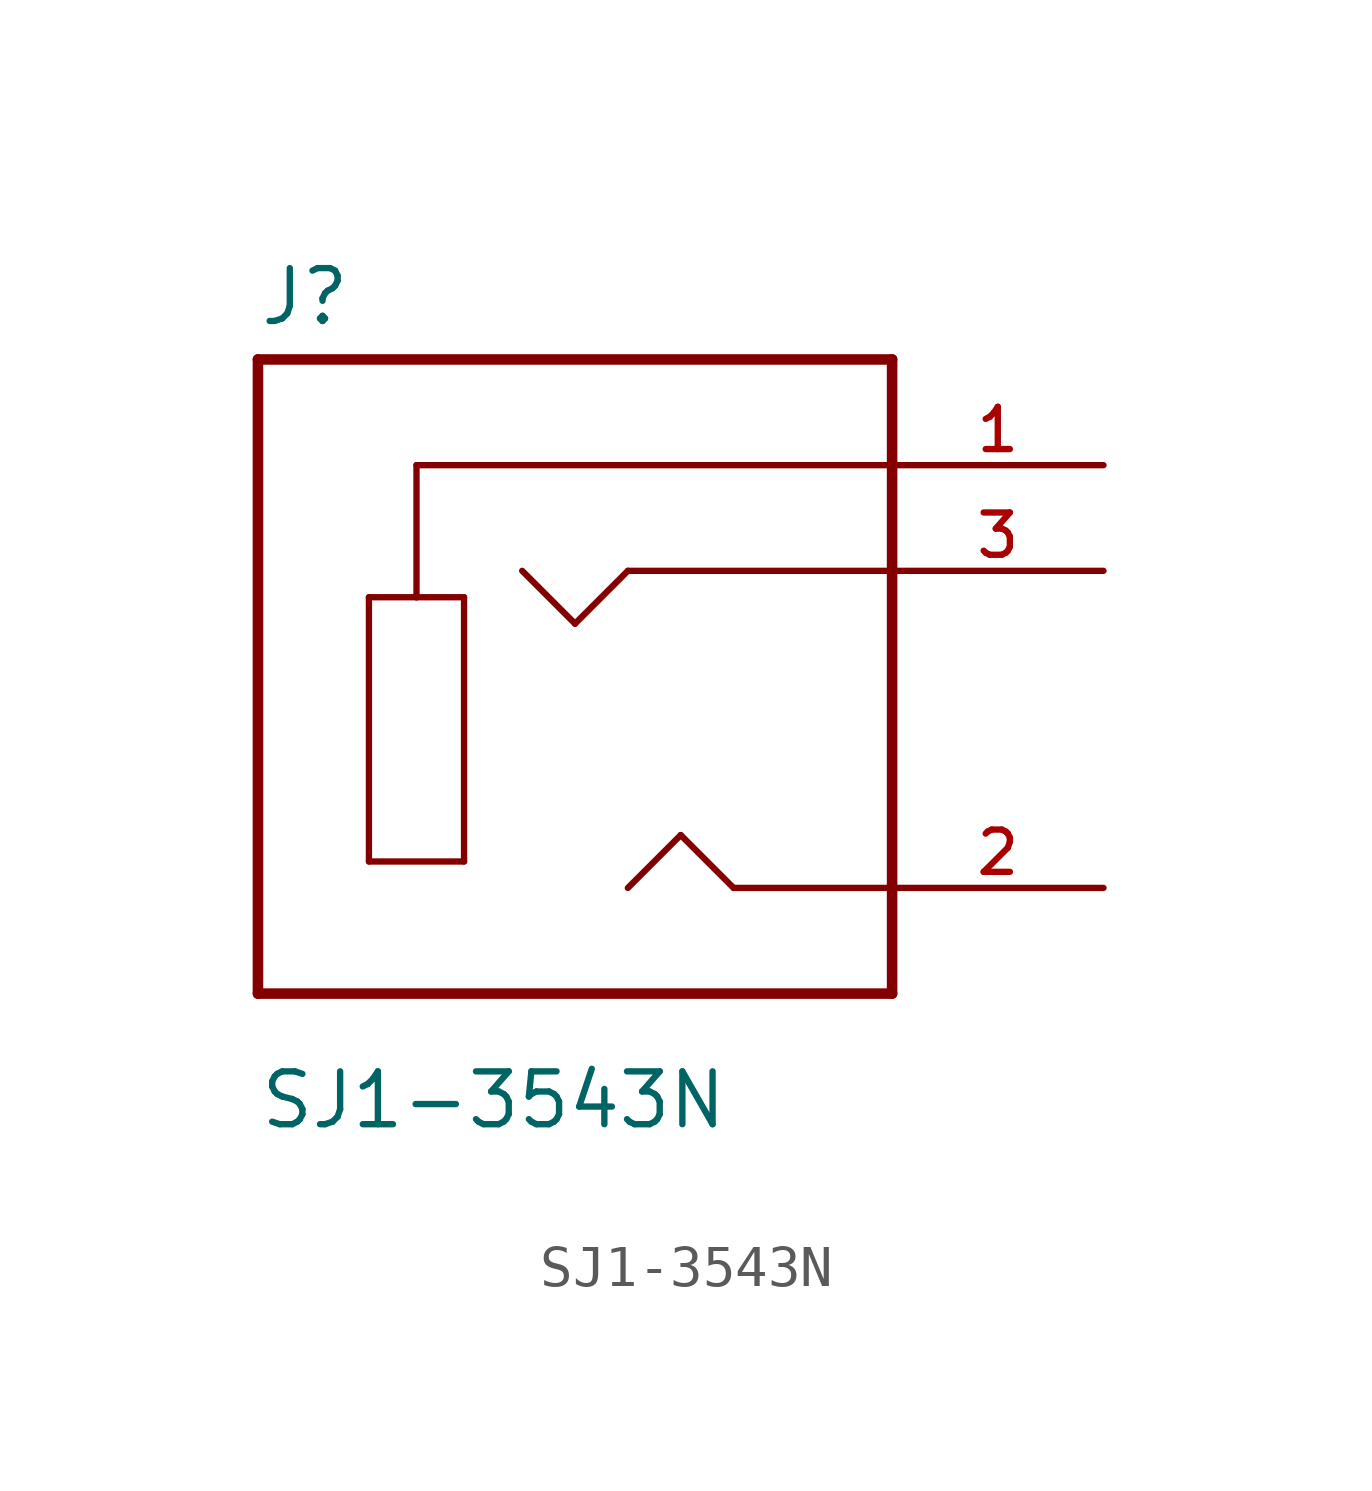
<source format=kicad_sym>
(kicad_symbol_lib
  (version 20211014)
  (generator kicad_symbol_editor)
  (symbol "SJ1-3543N"
    (pin_names
      (offset 1.016) hide)
    (property "Reference" "J"
      (at -7.62 8.382 0)
      (effects (font (size 1.27 1.27)) (justify left bottom)))
    (property "Value" "SJ1-3543N"
      (at -7.62 -10.922 0)
      (effects (font (size 1.27 1.27)) (justify left bottom)))
    (property "ki_locked" ""
      (at 0 0 0)
      (effects (font (size 1.27 1.27))))
    (symbol "SJ1-3543N_0_0"
      (polyline (pts (xy -7.62 -7.62) (xy -7.62 7.62)) (stroke (width 0.254) (type default) (color 0 0 0 0)) (fill (type none)))
      (polyline (pts (xy -7.62 7.62) (xy 7.62 7.62)) (stroke (width 0.254) (type default) (color 0 0 0 0)) (fill (type none)))
      (polyline (pts (xy -4.953 -4.445) (xy -4.953 1.905)) (stroke (width 0.152) (type default) (color 0 0 0 0)) (fill (type none)))
      (polyline (pts (xy -4.953 1.905) (xy -3.81 1.905)) (stroke (width 0.152) (type default) (color 0 0 0 0)) (fill (type none)))
      (polyline (pts (xy -3.81 1.905) (xy -2.667 1.905)) (stroke (width 0.152) (type default) (color 0 0 0 0)) (fill (type none)))
      (polyline (pts (xy -3.81 5.08) (xy -3.81 1.905)) (stroke (width 0.152) (type default) (color 0 0 0 0)) (fill (type none)))
      (polyline (pts (xy -2.667 -4.445) (xy -4.953 -4.445)) (stroke (width 0.152) (type default) (color 0 0 0 0)) (fill (type none)))
      (polyline (pts (xy -2.667 1.905) (xy -2.667 -4.445)) (stroke (width 0.152) (type default) (color 0 0 0 0)) (fill (type none)))
      (polyline (pts (xy 0 1.27) (xy -1.27 2.54)) (stroke (width 0.152) (type default) (color 0 0 0 0)) (fill (type none)))
      (polyline (pts (xy 1.27 2.54) (xy 0 1.27)) (stroke (width 0.152) (type default) (color 0 0 0 0)) (fill (type none)))
      (polyline (pts (xy 2.54 -3.81) (xy 1.27 -5.08)) (stroke (width 0.152) (type default) (color 0 0 0 0)) (fill (type none)))
      (polyline (pts (xy 3.81 -5.08) (xy 2.54 -3.81)) (stroke (width 0.152) (type default) (color 0 0 0 0)) (fill (type none)))
      (polyline (pts (xy 7.62 -7.62) (xy -7.62 -7.62)) (stroke (width 0.254) (type default) (color 0 0 0 0)) (fill (type none)))
      (polyline (pts (xy 7.62 -5.08) (xy 3.81 -5.08)) (stroke (width 0.152) (type default) (color 0 0 0 0)) (fill (type none)))
      (polyline (pts (xy 7.62 -5.08) (xy 7.62 -7.62)) (stroke (width 0.254) (type default) (color 0 0 0 0)) (fill (type none)))
      (polyline (pts (xy 7.62 2.54) (xy 1.27 2.54)) (stroke (width 0.152) (type default) (color 0 0 0 0)) (fill (type none)))
      (polyline (pts (xy 7.62 2.54) (xy 7.62 -5.08)) (stroke (width 0.254) (type default) (color 0 0 0 0)) (fill (type none)))
      (polyline (pts (xy 7.62 5.08) (xy -3.81 5.08)) (stroke (width 0.152) (type default) (color 0 0 0 0)) (fill (type none)))
      (polyline (pts (xy 7.62 5.08) (xy 7.62 2.54)) (stroke (width 0.254) (type default) (color 0 0 0 0)) (fill (type none)))
      (polyline (pts (xy 7.62 7.62) (xy 7.62 5.08)) (stroke (width 0.254) (type default) (color 0 0 0 0)) (fill (type none)))
      (pin passive line (at 12.7 5.08 180) (length 5.08) (name "~" (effects (font (size 1.016 1.016)))) (number "1" (effects (font (size 1.016 1.016)))))
      (pin passive line (at 12.7 -5.08 180) (length 5.08) (name "~" (effects (font (size 1.016 1.016)))) (number "2" (effects (font (size 1.016 1.016)))))
      (pin passive line (at 12.7 2.54 180) (length 5.08) (name "~" (effects (font (size 1.016 1.016)))) (number "3" (effects (font (size 1.016 1.016))))))))
</source>
